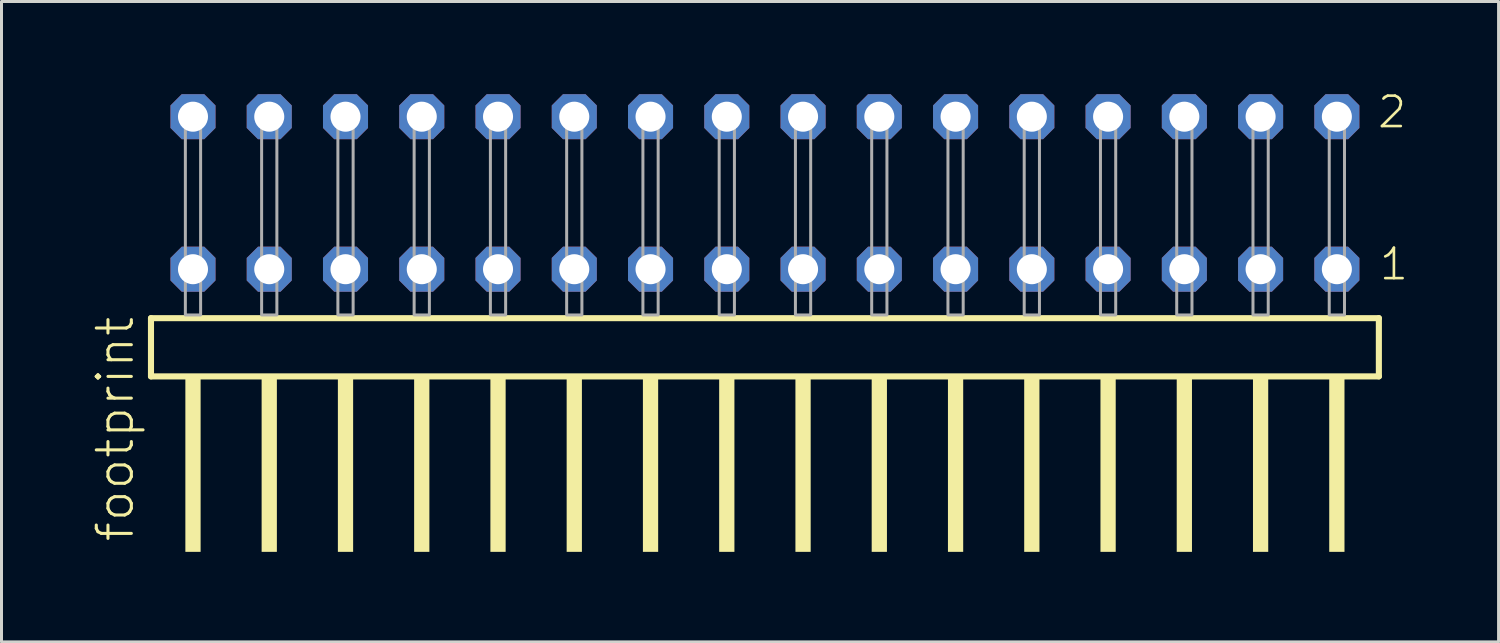
<source format=kicad_pcb>
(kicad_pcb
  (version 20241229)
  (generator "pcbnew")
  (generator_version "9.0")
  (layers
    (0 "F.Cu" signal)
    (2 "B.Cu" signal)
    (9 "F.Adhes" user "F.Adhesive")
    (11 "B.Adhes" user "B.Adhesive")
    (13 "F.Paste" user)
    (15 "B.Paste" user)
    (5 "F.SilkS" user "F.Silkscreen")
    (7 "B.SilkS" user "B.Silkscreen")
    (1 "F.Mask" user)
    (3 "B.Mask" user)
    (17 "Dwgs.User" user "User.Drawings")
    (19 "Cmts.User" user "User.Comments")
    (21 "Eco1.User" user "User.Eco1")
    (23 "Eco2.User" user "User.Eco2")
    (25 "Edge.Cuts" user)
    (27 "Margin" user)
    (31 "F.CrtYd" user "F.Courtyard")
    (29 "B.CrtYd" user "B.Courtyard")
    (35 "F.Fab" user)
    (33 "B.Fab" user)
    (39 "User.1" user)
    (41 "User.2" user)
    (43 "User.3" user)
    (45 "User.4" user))
  (footprint "footprint"
    (layer "F.Cu")
    (at 22.428 7.441)
    (property "Reference" "footprint" (at -20.955 7.62 90) (layer "F.SilkS") (effects (font (size 1.168 1.168) (thickness 0.102)) (justify left bottom)))
    (fp_line (start -20.449 0.106) (end -20.449 2.046) (stroke (width 0.203) (type solid)) (layer "F.SilkS"))
    (fp_line (start -20.449 2.046) (end 20.449 2.046) (stroke (width 0.203) (type solid)) (layer "F.SilkS"))
    (fp_line (start 20.449 0.106) (end -20.449 0.106) (stroke (width 0.203) (type solid)) (layer "F.SilkS"))
    (fp_line (start 20.449 2.046) (end 20.449 0.106) (stroke (width 0.203) (type solid)) (layer "F.SilkS"))
    (fp_poly (pts (xy -19.304 7.89) (xy -18.796 7.89) (xy -18.796 2.04) (xy -19.304 2.04)) (stroke (width 0) (type solid)) (fill yes) (layer "F.SilkS"))
    (fp_poly (pts (xy -16.764 7.89) (xy -16.256 7.89) (xy -16.256 2.04) (xy -16.764 2.04)) (stroke (width 0) (type solid)) (fill yes) (layer "F.SilkS"))
    (fp_poly (pts (xy -14.224 7.89) (xy -13.716 7.89) (xy -13.716 2.04) (xy -14.224 2.04)) (stroke (width 0) (type solid)) (fill yes) (layer "F.SilkS"))
    (fp_poly (pts (xy -11.684 7.89) (xy -11.176 7.89) (xy -11.176 2.04) (xy -11.684 2.04)) (stroke (width 0) (type solid)) (fill yes) (layer "F.SilkS"))
    (fp_poly (pts (xy -9.144 7.89) (xy -8.636 7.89) (xy -8.636 2.04) (xy -9.144 2.04)) (stroke (width 0) (type solid)) (fill yes) (layer "F.SilkS"))
    (fp_poly (pts (xy -6.604 7.89) (xy -6.096 7.89) (xy -6.096 2.04) (xy -6.604 2.04)) (stroke (width 0) (type solid)) (fill yes) (layer "F.SilkS"))
    (fp_poly (pts (xy -4.064 7.89) (xy -3.556 7.89) (xy -3.556 2.04) (xy -4.064 2.04)) (stroke (width 0) (type solid)) (fill yes) (layer "F.SilkS"))
    (fp_poly (pts (xy -1.524 7.89) (xy -1.016 7.89) (xy -1.016 2.04) (xy -1.524 2.04)) (stroke (width 0) (type solid)) (fill yes) (layer "F.SilkS"))
    (fp_poly (pts (xy 1.016 7.89) (xy 1.524 7.89) (xy 1.524 2.04) (xy 1.016 2.04)) (stroke (width 0) (type solid)) (fill yes) (layer "F.SilkS"))
    (fp_poly (pts (xy 3.556 7.89) (xy 4.064 7.89) (xy 4.064 2.04) (xy 3.556 2.04)) (stroke (width 0) (type solid)) (fill yes) (layer "F.SilkS"))
    (fp_poly (pts (xy 6.096 7.89) (xy 6.604 7.89) (xy 6.604 2.04) (xy 6.096 2.04)) (stroke (width 0) (type solid)) (fill yes) (layer "F.SilkS"))
    (fp_poly (pts (xy 8.636 7.89) (xy 9.144 7.89) (xy 9.144 2.04) (xy 8.636 2.04)) (stroke (width 0) (type solid)) (fill yes) (layer "F.SilkS"))
    (fp_poly (pts (xy 11.176 7.89) (xy 11.684 7.89) (xy 11.684 2.04) (xy 11.176 2.04)) (stroke (width 0) (type solid)) (fill yes) (layer "F.SilkS"))
    (fp_poly (pts (xy 13.716 7.89) (xy 14.224 7.89) (xy 14.224 2.04) (xy 13.716 2.04)) (stroke (width 0) (type solid)) (fill yes) (layer "F.SilkS"))
    (fp_poly (pts (xy 16.256 7.89) (xy 16.764 7.89) (xy 16.764 2.04) (xy 16.256 2.04)) (stroke (width 0) (type solid)) (fill yes) (layer "F.SilkS"))
    (fp_poly (pts (xy 18.796 7.89) (xy 19.304 7.89) (xy 19.304 2.04) (xy 18.796 2.04)) (stroke (width 0) (type solid)) (fill yes) (layer "F.SilkS"))
    (fp_poly (pts (xy -19.304 0) (xy -18.796 0) (xy -18.796 -6.858) (xy -19.304 -6.858)) (stroke (width 0.1) (type solid)) (fill no) (layer "F.Fab"))
    (fp_poly (pts (xy -16.764 0) (xy -16.256 0) (xy -16.256 -6.858) (xy -16.764 -6.858)) (stroke (width 0.1) (type solid)) (fill no) (layer "F.Fab"))
    (fp_poly (pts (xy -14.224 0) (xy -13.716 0) (xy -13.716 -6.858) (xy -14.224 -6.858)) (stroke (width 0.1) (type solid)) (fill no) (layer "F.Fab"))
    (fp_poly (pts (xy -11.684 0) (xy -11.176 0) (xy -11.176 -6.858) (xy -11.684 -6.858)) (stroke (width 0.1) (type solid)) (fill no) (layer "F.Fab"))
    (fp_poly (pts (xy -9.144 0) (xy -8.636 0) (xy -8.636 -6.858) (xy -9.144 -6.858)) (stroke (width 0.1) (type solid)) (fill no) (layer "F.Fab"))
    (fp_poly (pts (xy -6.604 0) (xy -6.096 0) (xy -6.096 -6.858) (xy -6.604 -6.858)) (stroke (width 0.1) (type solid)) (fill no) (layer "F.Fab"))
    (fp_poly (pts (xy -4.064 0) (xy -3.556 0) (xy -3.556 -6.858) (xy -4.064 -6.858)) (stroke (width 0.1) (type solid)) (fill no) (layer "F.Fab"))
    (fp_poly (pts (xy -1.524 0) (xy -1.016 0) (xy -1.016 -6.858) (xy -1.524 -6.858)) (stroke (width 0.1) (type solid)) (fill no) (layer "F.Fab"))
    (fp_poly (pts (xy 1.016 0) (xy 1.524 0) (xy 1.524 -6.858) (xy 1.016 -6.858)) (stroke (width 0.1) (type solid)) (fill no) (layer "F.Fab"))
    (fp_poly (pts (xy 3.556 0) (xy 4.064 0) (xy 4.064 -6.858) (xy 3.556 -6.858)) (stroke (width 0.1) (type solid)) (fill no) (layer "F.Fab"))
    (fp_poly (pts (xy 6.096 0) (xy 6.604 0) (xy 6.604 -6.858) (xy 6.096 -6.858)) (stroke (width 0.1) (type solid)) (fill no) (layer "F.Fab"))
    (fp_poly (pts (xy 8.636 0) (xy 9.144 0) (xy 9.144 -6.858) (xy 8.636 -6.858)) (stroke (width 0.1) (type solid)) (fill no) (layer "F.Fab"))
    (fp_poly (pts (xy 11.176 0) (xy 11.684 0) (xy 11.684 -6.858) (xy 11.176 -6.858)) (stroke (width 0.1) (type solid)) (fill no) (layer "F.Fab"))
    (fp_poly (pts (xy 13.716 0) (xy 14.224 0) (xy 14.224 -6.858) (xy 13.716 -6.858)) (stroke (width 0.1) (type solid)) (fill no) (layer "F.Fab"))
    (fp_poly (pts (xy 16.256 0) (xy 16.764 0) (xy 16.764 -6.858) (xy 16.256 -6.858)) (stroke (width 0.1) (type solid)) (fill no) (layer "F.Fab"))
    (fp_poly (pts (xy 18.796 0) (xy 19.304 0) (xy 19.304 -6.858) (xy 18.796 -6.858)) (stroke (width 0.1) (type solid)) (fill no) (layer "F.Fab"))
    (fp_text user "2" (at 20.35 -6.165 0) (layer "F.SilkS") (effects (font (size 1.012 1.012) (thickness 0.088)) (justify left bottom)))
    (fp_text user "1" (at 20.41 -1.1 0) (layer "F.SilkS") (effects (font (size 1.012 1.012) (thickness 0.088)) (justify left bottom)))
    (pad "1" thru_hole roundrect (at 19.05 -1.524 180) (size 1.5 1.5) (drill 1) (layers "*.Cu" "*.Mask") (roundrect_rratio 0.25) (chamfer_ratio 0.25) (chamfer top_left top_right bottom_left bottom_right))
    (pad "2" thru_hole roundrect (at 19.05 -6.604 180) (size 1.5 1.5) (drill 1) (layers "*.Cu" "*.Mask") (roundrect_rratio 0.25) (chamfer_ratio 0.25) (chamfer top_left top_right bottom_left bottom_right))
    (pad "3" thru_hole roundrect (at 16.51 -1.524 180) (size 1.5 1.5) (drill 1) (layers "*.Cu" "*.Mask") (roundrect_rratio 0.25) (chamfer_ratio 0.25) (chamfer top_left top_right bottom_left bottom_right))
    (pad "4" thru_hole roundrect (at 16.51 -6.604 180) (size 1.5 1.5) (drill 1) (layers "*.Cu" "*.Mask") (roundrect_rratio 0.25) (chamfer_ratio 0.25) (chamfer top_left top_right bottom_left bottom_right))
    (pad "5" thru_hole roundrect (at 13.97 -1.524 180) (size 1.5 1.5) (drill 1) (layers "*.Cu" "*.Mask") (roundrect_rratio 0.25) (chamfer_ratio 0.25) (chamfer top_left top_right bottom_left bottom_right))
    (pad "6" thru_hole roundrect (at 13.97 -6.604 180) (size 1.5 1.5) (drill 1) (layers "*.Cu" "*.Mask") (roundrect_rratio 0.25) (chamfer_ratio 0.25) (chamfer top_left top_right bottom_left bottom_right))
    (pad "7" thru_hole roundrect (at 11.43 -1.524 180) (size 1.5 1.5) (drill 1) (layers "*.Cu" "*.Mask") (roundrect_rratio 0.25) (chamfer_ratio 0.25) (chamfer top_left top_right bottom_left bottom_right))
    (pad "8" thru_hole roundrect (at 11.43 -6.604 180) (size 1.5 1.5) (drill 1) (layers "*.Cu" "*.Mask") (roundrect_rratio 0.25) (chamfer_ratio 0.25) (chamfer top_left top_right bottom_left bottom_right))
    (pad "9" thru_hole roundrect (at 8.89 -1.524 180) (size 1.5 1.5) (drill 1) (layers "*.Cu" "*.Mask") (roundrect_rratio 0.25) (chamfer_ratio 0.25) (chamfer top_left top_right bottom_left bottom_right))
    (pad "10" thru_hole roundrect (at 8.89 -6.604 180) (size 1.5 1.5) (drill 1) (layers "*.Cu" "*.Mask") (roundrect_rratio 0.25) (chamfer_ratio 0.25) (chamfer top_left top_right bottom_left bottom_right))
    (pad "11" thru_hole roundrect (at 6.35 -1.524 180) (size 1.5 1.5) (drill 1) (layers "*.Cu" "*.Mask") (roundrect_rratio 0.25) (chamfer_ratio 0.25) (chamfer top_left top_right bottom_left bottom_right))
    (pad "12" thru_hole roundrect (at 6.35 -6.604 180) (size 1.5 1.5) (drill 1) (layers "*.Cu" "*.Mask") (roundrect_rratio 0.25) (chamfer_ratio 0.25) (chamfer top_left top_right bottom_left bottom_right))
    (pad "13" thru_hole roundrect (at 3.81 -1.524 180) (size 1.5 1.5) (drill 1) (layers "*.Cu" "*.Mask") (roundrect_rratio 0.25) (chamfer_ratio 0.25) (chamfer top_left top_right bottom_left bottom_right))
    (pad "14" thru_hole roundrect (at 3.81 -6.604 180) (size 1.5 1.5) (drill 1) (layers "*.Cu" "*.Mask") (roundrect_rratio 0.25) (chamfer_ratio 0.25) (chamfer top_left top_right bottom_left bottom_right))
    (pad "15" thru_hole roundrect (at 1.27 -1.524 180) (size 1.5 1.5) (drill 1) (layers "*.Cu" "*.Mask") (roundrect_rratio 0.25) (chamfer_ratio 0.25) (chamfer top_left top_right bottom_left bottom_right))
    (pad "16" thru_hole roundrect (at 1.27 -6.604 180) (size 1.5 1.5) (drill 1) (layers "*.Cu" "*.Mask") (roundrect_rratio 0.25) (chamfer_ratio 0.25) (chamfer top_left top_right bottom_left bottom_right))
    (pad "17" thru_hole roundrect (at -1.27 -1.524 180) (size 1.5 1.5) (drill 1) (layers "*.Cu" "*.Mask") (roundrect_rratio 0.25) (chamfer_ratio 0.25) (chamfer top_left top_right bottom_left bottom_right))
    (pad "18" thru_hole roundrect (at -1.27 -6.604 180) (size 1.5 1.5) (drill 1) (layers "*.Cu" "*.Mask") (roundrect_rratio 0.25) (chamfer_ratio 0.25) (chamfer top_left top_right bottom_left bottom_right))
    (pad "19" thru_hole roundrect (at -3.81 -1.524 180) (size 1.5 1.5) (drill 1) (layers "*.Cu" "*.Mask") (roundrect_rratio 0.25) (chamfer_ratio 0.25) (chamfer top_left top_right bottom_left bottom_right))
    (pad "20" thru_hole roundrect (at -3.81 -6.604 180) (size 1.5 1.5) (drill 1) (layers "*.Cu" "*.Mask") (roundrect_rratio 0.25) (chamfer_ratio 0.25) (chamfer top_left top_right bottom_left bottom_right))
    (pad "21" thru_hole roundrect (at -6.35 -1.524 180) (size 1.5 1.5) (drill 1) (layers "*.Cu" "*.Mask") (roundrect_rratio 0.25) (chamfer_ratio 0.25) (chamfer top_left top_right bottom_left bottom_right))
    (pad "22" thru_hole roundrect (at -6.35 -6.604 180) (size 1.5 1.5) (drill 1) (layers "*.Cu" "*.Mask") (roundrect_rratio 0.25) (chamfer_ratio 0.25) (chamfer top_left top_right bottom_left bottom_right))
    (pad "23" thru_hole roundrect (at -8.89 -1.524 180) (size 1.5 1.5) (drill 1) (layers "*.Cu" "*.Mask") (roundrect_rratio 0.25) (chamfer_ratio 0.25) (chamfer top_left top_right bottom_left bottom_right))
    (pad "24" thru_hole roundrect (at -8.89 -6.604 180) (size 1.5 1.5) (drill 1) (layers "*.Cu" "*.Mask") (roundrect_rratio 0.25) (chamfer_ratio 0.25) (chamfer top_left top_right bottom_left bottom_right))
    (pad "25" thru_hole roundrect (at -11.43 -1.524 180) (size 1.5 1.5) (drill 1) (layers "*.Cu" "*.Mask") (roundrect_rratio 0.25) (chamfer_ratio 0.25) (chamfer top_left top_right bottom_left bottom_right))
    (pad "26" thru_hole roundrect (at -11.43 -6.604 180) (size 1.5 1.5) (drill 1) (layers "*.Cu" "*.Mask") (roundrect_rratio 0.25) (chamfer_ratio 0.25) (chamfer top_left top_right bottom_left bottom_right))
    (pad "27" thru_hole roundrect (at -13.97 -1.524 180) (size 1.5 1.5) (drill 1) (layers "*.Cu" "*.Mask") (roundrect_rratio 0.25) (chamfer_ratio 0.25) (chamfer top_left top_right bottom_left bottom_right))
    (pad "28" thru_hole roundrect (at -13.97 -6.604 180) (size 1.5 1.5) (drill 1) (layers "*.Cu" "*.Mask") (roundrect_rratio 0.25) (chamfer_ratio 0.25) (chamfer top_left top_right bottom_left bottom_right))
    (pad "29" thru_hole roundrect (at -16.51 -1.524 180) (size 1.5 1.5) (drill 1) (layers "*.Cu" "*.Mask") (roundrect_rratio 0.25) (chamfer_ratio 0.25) (chamfer top_left top_right bottom_left bottom_right))
    (pad "30" thru_hole roundrect (at -16.51 -6.604 180) (size 1.5 1.5) (drill 1) (layers "*.Cu" "*.Mask") (roundrect_rratio 0.25) (chamfer_ratio 0.25) (chamfer top_left top_right bottom_left bottom_right))
    (pad "31" thru_hole roundrect (at -19.05 -1.524 180) (size 1.5 1.5) (drill 1) (layers "*.Cu" "*.Mask") (roundrect_rratio 0.25) (chamfer_ratio 0.25) (chamfer top_left top_right bottom_left bottom_right))
    (pad "32" thru_hole roundrect (at -19.05 -6.604 180) (size 1.5 1.5) (drill 1) (layers "*.Cu" "*.Mask") (roundrect_rratio 0.25) (chamfer_ratio 0.25) (chamfer top_left top_right bottom_left bottom_right)))
  (gr_rect
    (start -3 -3)
    (end 46.864 18.331)
    (stroke (width 0.1) (type default))
    (fill no)
    (layer "Edge.Cuts")))
</source>
